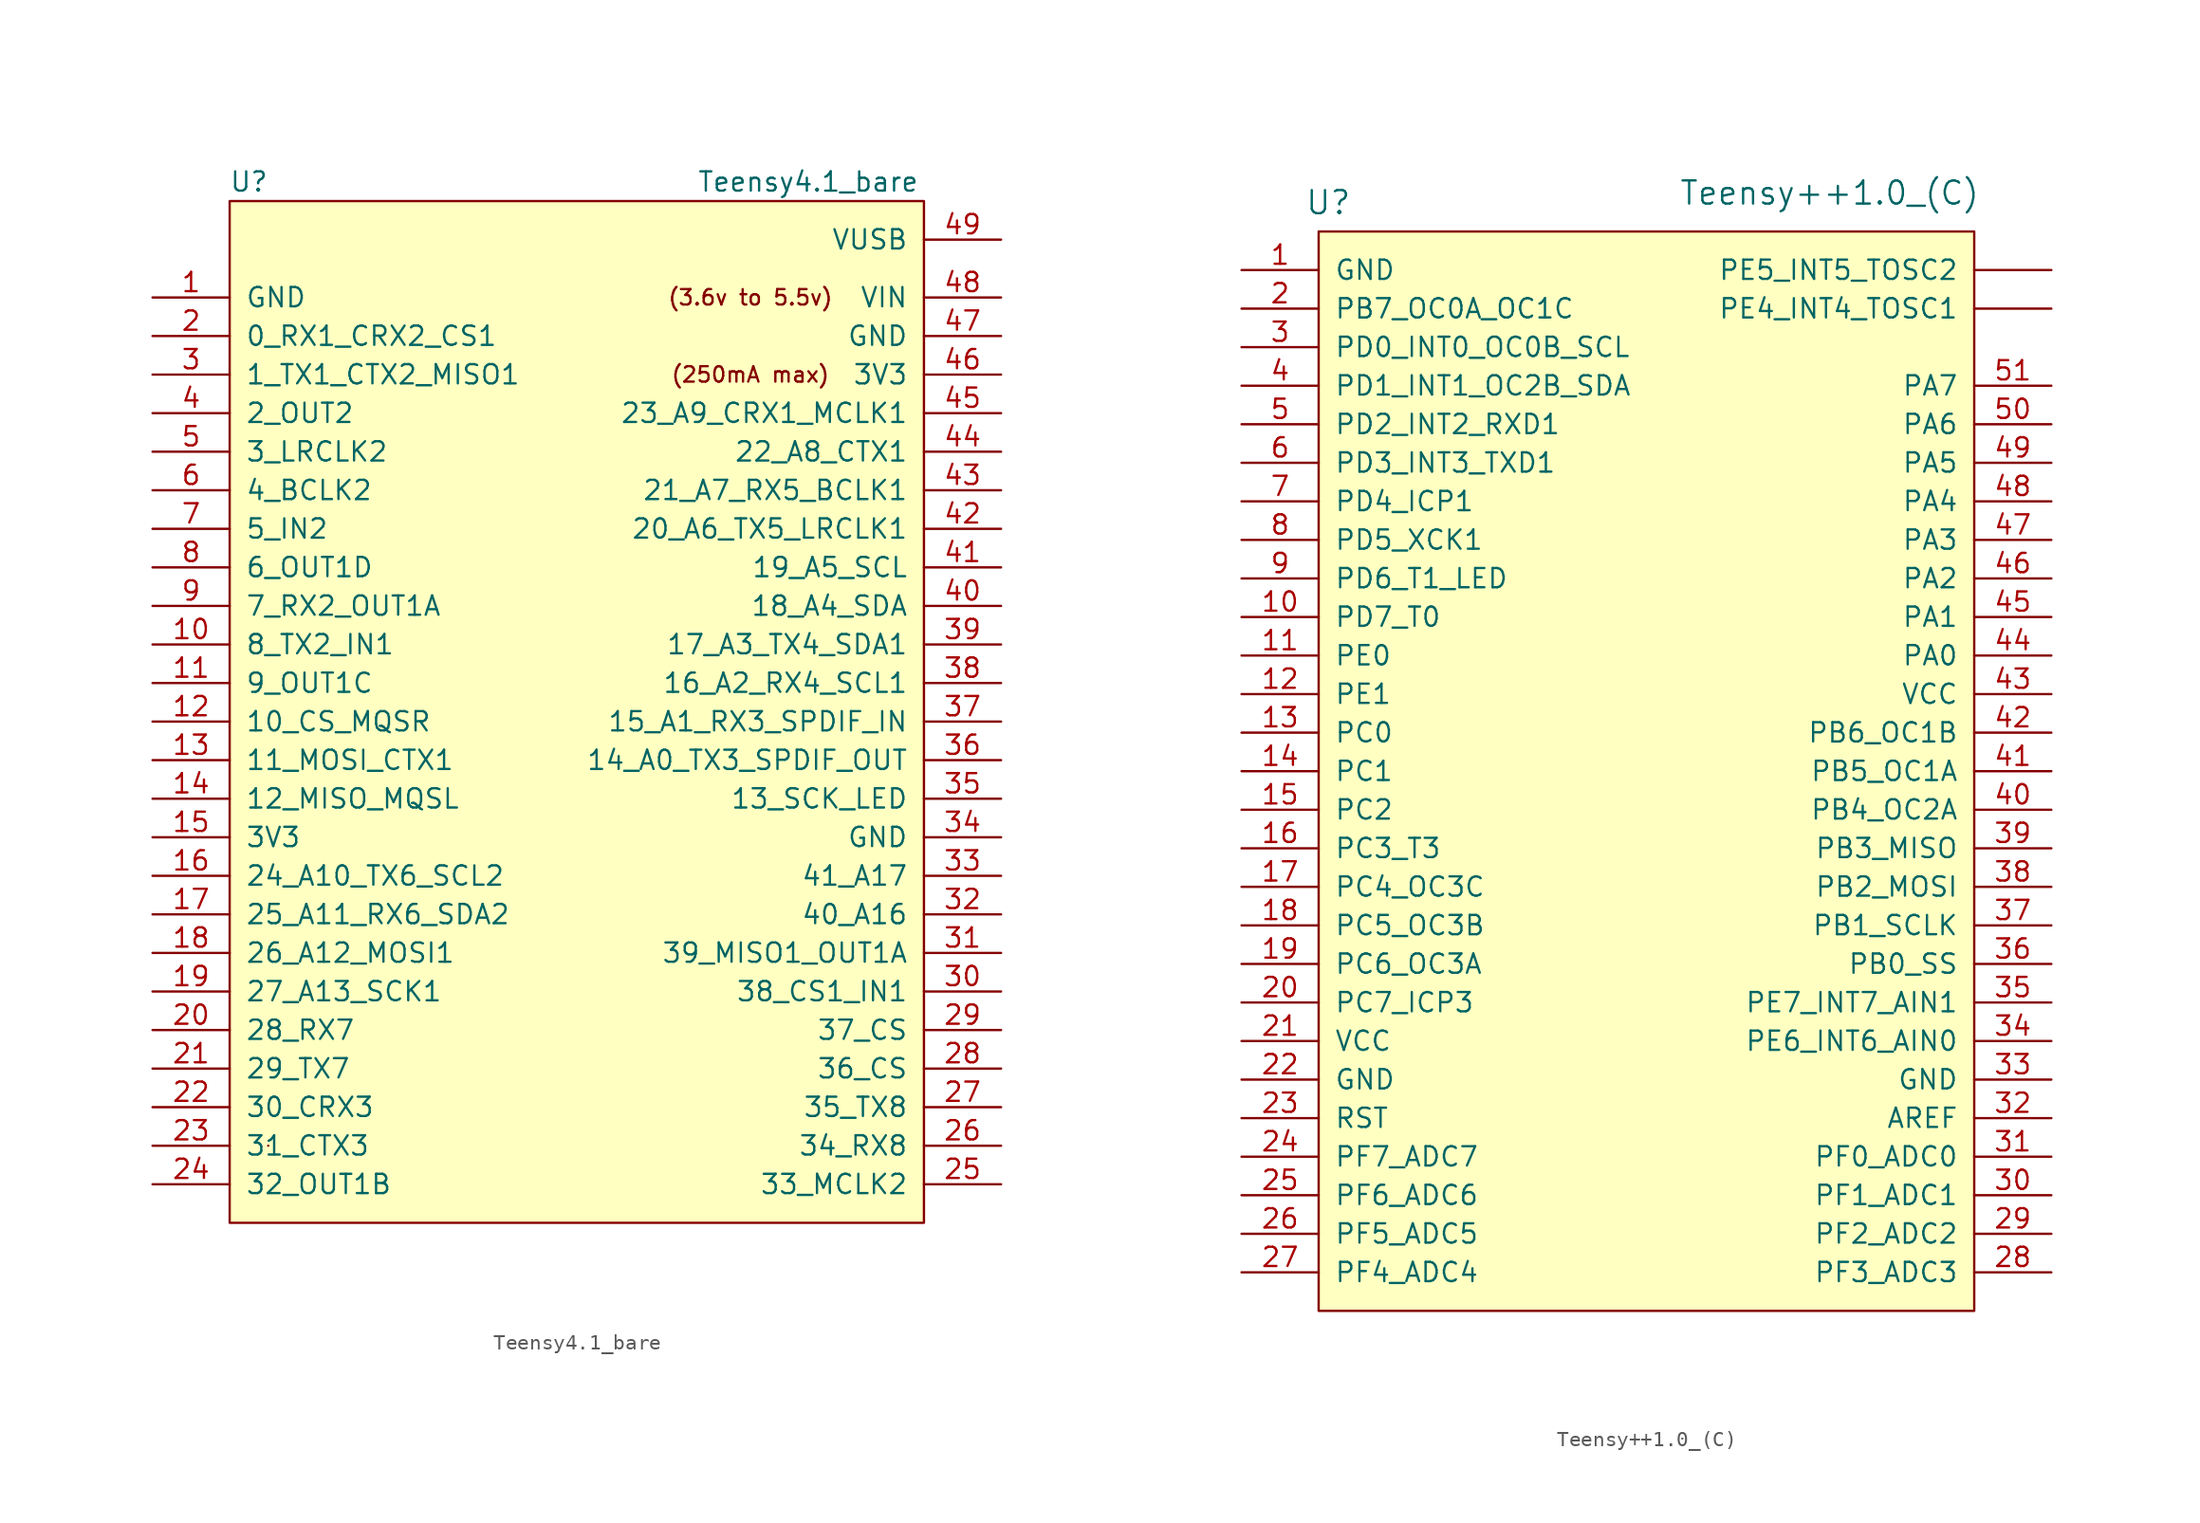
<source format=kicad_sym>
(kicad_symbol_lib
  (version 20211014)
  (generator kicad_symbol_editor)
  (symbol "Teensy4.1_bare"
    (pin_names
      (offset 1.016))
    (property "Reference" "U"
      (at -21.59 62.23 0)
      (effects (font (size 1.27 1.27))))
    (property "Value" "Teensy4.1_bare"
      (at 15.24 62.23 0)
      (effects (font (size 1.27 1.27))))
    (symbol "Teensy4.1_bare_0_0"
      (text "(250mA max)" (at 11.43 49.53 0) (effects (font (size 1.016 1.016))))
      (text "(3.6v to 5.5v)" (at 11.43 54.61 0) (effects (font (size 1.016 1.016))))
      (pin bidirectional line (at -27.94 31.75 0) (length 5.08) (name "8_TX2_IN1" (effects (font (size 1.27 1.27)))) (number "10" (effects (font (size 1.27 1.27)))))
      (pin bidirectional line (at -27.94 29.21 0) (length 5.08) (name "9_OUT1C" (effects (font (size 1.27 1.27)))) (number "11" (effects (font (size 1.27 1.27)))))
      (pin bidirectional line (at -27.94 26.67 0) (length 5.08) (name "10_CS_MQSR" (effects (font (size 1.27 1.27)))) (number "12" (effects (font (size 1.27 1.27)))))
      (pin bidirectional line (at -27.94 24.13 0) (length 5.08) (name "11_MOSI_CTX1" (effects (font (size 1.27 1.27)))) (number "13" (effects (font (size 1.27 1.27)))))
      (pin bidirectional line (at -27.94 21.59 0) (length 5.08) (name "12_MISO_MQSL" (effects (font (size 1.27 1.27)))) (number "14" (effects (font (size 1.27 1.27)))))
      (pin power_in line (at -27.94 19.05 0) (length 5.08) (name "3V3" (effects (font (size 1.27 1.27)))) (number "15" (effects (font (size 1.27 1.27)))))
      (pin bidirectional line (at -27.94 16.51 0) (length 5.08) (name "24_A10_TX6_SCL2" (effects (font (size 1.27 1.27)))) (number "16" (effects (font (size 1.27 1.27)))))
      (pin bidirectional line (at -27.94 13.97 0) (length 5.08) (name "25_A11_RX6_SDA2" (effects (font (size 1.27 1.27)))) (number "17" (effects (font (size 1.27 1.27)))))
      (pin bidirectional line (at -27.94 11.43 0) (length 5.08) (name "26_A12_MOSI1" (effects (font (size 1.27 1.27)))) (number "18" (effects (font (size 1.27 1.27)))))
      (pin bidirectional line (at -27.94 8.89 0) (length 5.08) (name "27_A13_SCK1" (effects (font (size 1.27 1.27)))) (number "19" (effects (font (size 1.27 1.27)))))
      (pin bidirectional line (at -27.94 6.35 0) (length 5.08) (name "28_RX7" (effects (font (size 1.27 1.27)))) (number "20" (effects (font (size 1.27 1.27)))))
      (pin bidirectional line (at -27.94 3.81 0) (length 5.08) (name "29_TX7" (effects (font (size 1.27 1.27)))) (number "21" (effects (font (size 1.27 1.27)))))
      (pin bidirectional line (at -27.94 1.27 0) (length 5.08) (name "30_CRX3" (effects (font (size 1.27 1.27)))) (number "22" (effects (font (size 1.27 1.27)))))
      (pin bidirectional line (at -27.94 -1.27 0) (length 5.08) (name "31_CTX3" (effects (font (size 1.27 1.27)))) (number "23" (effects (font (size 1.27 1.27)))))
      (pin bidirectional line (at -27.94 -3.81 0) (length 5.08) (name "32_OUT1B" (effects (font (size 1.27 1.27)))) (number "24" (effects (font (size 1.27 1.27)))))
      (pin bidirectional line (at 27.94 -3.81 180) (length 5.08) (name "33_MCLK2" (effects (font (size 1.27 1.27)))) (number "25" (effects (font (size 1.27 1.27)))))
      (pin bidirectional line (at 27.94 -1.27 180) (length 5.08) (name "34_RX8" (effects (font (size 1.27 1.27)))) (number "26" (effects (font (size 1.27 1.27)))))
      (pin bidirectional line (at 27.94 1.27 180) (length 5.08) (name "35_TX8" (effects (font (size 1.27 1.27)))) (number "27" (effects (font (size 1.27 1.27)))))
      (pin bidirectional line (at 27.94 3.81 180) (length 5.08) (name "36_CS" (effects (font (size 1.27 1.27)))) (number "28" (effects (font (size 1.27 1.27)))))
      (pin bidirectional line (at 27.94 6.35 180) (length 5.08) (name "37_CS" (effects (font (size 1.27 1.27)))) (number "29" (effects (font (size 1.27 1.27)))))
      (pin bidirectional line (at 27.94 8.89 180) (length 5.08) (name "38_CS1_IN1" (effects (font (size 1.27 1.27)))) (number "30" (effects (font (size 1.27 1.27)))))
      (pin bidirectional line (at 27.94 11.43 180) (length 5.08) (name "39_MISO1_OUT1A" (effects (font (size 1.27 1.27)))) (number "31" (effects (font (size 1.27 1.27)))))
      (pin bidirectional line (at 27.94 13.97 180) (length 5.08) (name "40_A16" (effects (font (size 1.27 1.27)))) (number "32" (effects (font (size 1.27 1.27)))))
      (pin bidirectional line (at 27.94 16.51 180) (length 5.08) (name "41_A17" (effects (font (size 1.27 1.27)))) (number "33" (effects (font (size 1.27 1.27)))))
      (pin bidirectional line (at 27.94 21.59 180) (length 5.08) (name "13_SCK_LED" (effects (font (size 1.27 1.27)))) (number "35" (effects (font (size 1.27 1.27)))))
      (pin bidirectional line (at 27.94 24.13 180) (length 5.08) (name "14_A0_TX3_SPDIF_OUT" (effects (font (size 1.27 1.27)))) (number "36" (effects (font (size 1.27 1.27)))))
      (pin bidirectional line (at 27.94 26.67 180) (length 5.08) (name "15_A1_RX3_SPDIF_IN" (effects (font (size 1.27 1.27)))) (number "37" (effects (font (size 1.27 1.27)))))
      (pin bidirectional line (at 27.94 29.21 180) (length 5.08) (name "16_A2_RX4_SCL1" (effects (font (size 1.27 1.27)))) (number "38" (effects (font (size 1.27 1.27)))))
      (pin bidirectional line (at 27.94 31.75 180) (length 5.08) (name "17_A3_TX4_SDA1" (effects (font (size 1.27 1.27)))) (number "39" (effects (font (size 1.27 1.27)))))
      (pin bidirectional line (at 27.94 34.29 180) (length 5.08) (name "18_A4_SDA" (effects (font (size 1.27 1.27)))) (number "40" (effects (font (size 1.27 1.27)))))
      (pin bidirectional line (at 27.94 36.83 180) (length 5.08) (name "19_A5_SCL" (effects (font (size 1.27 1.27)))) (number "41" (effects (font (size 1.27 1.27)))))
      (pin bidirectional line (at 27.94 39.37 180) (length 5.08) (name "20_A6_TX5_LRCLK1" (effects (font (size 1.27 1.27)))) (number "42" (effects (font (size 1.27 1.27)))))
      (pin bidirectional line (at 27.94 41.91 180) (length 5.08) (name "21_A7_RX5_BCLK1" (effects (font (size 1.27 1.27)))) (number "43" (effects (font (size 1.27 1.27)))))
      (pin bidirectional line (at 27.94 44.45 180) (length 5.08) (name "22_A8_CTX1" (effects (font (size 1.27 1.27)))) (number "44" (effects (font (size 1.27 1.27)))))
      (pin bidirectional line (at 27.94 46.99 180) (length 5.08) (name "23_A9_CRX1_MCLK1" (effects (font (size 1.27 1.27)))) (number "45" (effects (font (size 1.27 1.27)))))
      (pin power_in line (at 27.94 49.53 180) (length 5.08) (name "3V3" (effects (font (size 1.27 1.27)))) (number "46" (effects (font (size 1.27 1.27)))))
      (pin power_in line (at 27.94 52.07 180) (length 5.08) (name "GND" (effects (font (size 1.27 1.27)))) (number "47" (effects (font (size 1.27 1.27)))))
      (pin power_in line (at 27.94 54.61 180) (length 5.08) (name "VIN" (effects (font (size 1.27 1.27)))) (number "48" (effects (font (size 1.27 1.27)))))
      (pin power_out line (at 27.94 58.42 180) (length 5.08) (name "VUSB" (effects (font (size 1.27 1.27)))) (number "49" (effects (font (size 1.27 1.27)))))
      (pin bidirectional line (at -27.94 44.45 0) (length 5.08) (name "3_LRCLK2" (effects (font (size 1.27 1.27)))) (number "5" (effects (font (size 1.27 1.27)))))
      (pin bidirectional line (at -27.94 41.91 0) (length 5.08) (name "4_BCLK2" (effects (font (size 1.27 1.27)))) (number "6" (effects (font (size 1.27 1.27)))))
      (pin bidirectional line (at -27.94 39.37 0) (length 5.08) (name "5_IN2" (effects (font (size 1.27 1.27)))) (number "7" (effects (font (size 1.27 1.27)))))
      (pin bidirectional line (at -27.94 36.83 0) (length 5.08) (name "6_OUT1D" (effects (font (size 1.27 1.27)))) (number "8" (effects (font (size 1.27 1.27)))))
      (pin bidirectional line (at -27.94 34.29 0) (length 5.08) (name "7_RX2_OUT1A" (effects (font (size 1.27 1.27)))) (number "9" (effects (font (size 1.27 1.27))))))
    (symbol "Teensy4.1_bare_0_1"
      (rectangle (start -22.86 60.96) (end 22.86 -6.35) (stroke (width 0) (type default) (color 0 0 0 0)) (fill (type background)))
      (rectangle (start -20.32 -1.27) (end -20.32 -1.27) (stroke (width 0) (type default) (color 0 0 0 0)) (fill (type none))))
    (symbol "Teensy4.1_bare_1_1"
      (pin power_in line (at -27.94 54.61 0) (length 5.08) (name "GND" (effects (font (size 1.27 1.27)))) (number "1" (effects (font (size 1.27 1.27)))))
      (pin bidirectional line (at -27.94 52.07 0) (length 5.08) (name "0_RX1_CRX2_CS1" (effects (font (size 1.27 1.27)))) (number "2" (effects (font (size 1.27 1.27)))))
      (pin bidirectional line (at -27.94 49.53 0) (length 5.08) (name "1_TX1_CTX2_MISO1" (effects (font (size 1.27 1.27)))) (number "3" (effects (font (size 1.27 1.27)))))
      (pin power_in line (at 27.94 19.05 180) (length 5.08) (name "GND" (effects (font (size 1.27 1.27)))) (number "34" (effects (font (size 1.27 1.27)))))
      (pin bidirectional line (at -27.94 46.99 0) (length 5.08) (name "2_OUT2" (effects (font (size 1.27 1.27)))) (number "4" (effects (font (size 1.27 1.27)))))))
  (symbol "Teensy++1.0_(C)"
    (pin_names
      (offset 1.016))
    (property "Reference" "U"
      (at -20.955 37.465 0)
      (effects (font (size 1.524 1.524))))
    (property "Value" "Teensy++1.0_(C)"
      (at 12.065 38.1 0)
      (effects (font (size 1.524 1.524))))
    (symbol "Teensy++1.0_(C)_0_1"
      (rectangle (start -21.59 35.56) (end 21.59 -35.56) (stroke (width 0) (type default) (color 0 0 0 0)) (fill (type background))))
    (symbol "Teensy++1.0_(C)_1_1"
      (pin power_in line (at -26.67 33.02 0) (length 5.08) (name "GND" (effects (font (size 1.27 1.27)))) (number "1" (effects (font (size 1.27 1.27)))))
      (pin bidirectional line (at -26.67 10.16 0) (length 5.08) (name "PD7_T0" (effects (font (size 1.27 1.27)))) (number "10" (effects (font (size 1.27 1.27)))))
      (pin bidirectional line (at -26.67 7.62 0) (length 5.08) (name "PE0" (effects (font (size 1.27 1.27)))) (number "11" (effects (font (size 1.27 1.27)))))
      (pin bidirectional line (at -26.67 5.08 0) (length 5.08) (name "PE1" (effects (font (size 1.27 1.27)))) (number "12" (effects (font (size 1.27 1.27)))))
      (pin bidirectional line (at -26.67 2.54 0) (length 5.08) (name "PC0" (effects (font (size 1.27 1.27)))) (number "13" (effects (font (size 1.27 1.27)))))
      (pin bidirectional line (at -26.67 0 0) (length 5.08) (name "PC1" (effects (font (size 1.27 1.27)))) (number "14" (effects (font (size 1.27 1.27)))))
      (pin bidirectional line (at -26.67 -2.54 0) (length 5.08) (name "PC2" (effects (font (size 1.27 1.27)))) (number "15" (effects (font (size 1.27 1.27)))))
      (pin bidirectional line (at -26.67 -5.08 0) (length 5.08) (name "PC3_T3" (effects (font (size 1.27 1.27)))) (number "16" (effects (font (size 1.27 1.27)))))
      (pin bidirectional line (at -26.67 -7.62 0) (length 5.08) (name "PC4_OC3C" (effects (font (size 1.27 1.27)))) (number "17" (effects (font (size 1.27 1.27)))))
      (pin bidirectional line (at -26.67 -10.16 0) (length 5.08) (name "PC5_OC3B" (effects (font (size 1.27 1.27)))) (number "18" (effects (font (size 1.27 1.27)))))
      (pin bidirectional line (at -26.67 -12.7 0) (length 5.08) (name "PC6_OC3A" (effects (font (size 1.27 1.27)))) (number "19" (effects (font (size 1.27 1.27)))))
      (pin bidirectional line (at -26.67 30.48 0) (length 5.08) (name "PB7_OC0A_OC1C" (effects (font (size 1.27 1.27)))) (number "2" (effects (font (size 1.27 1.27)))))
      (pin bidirectional line (at -26.67 -15.24 0) (length 5.08) (name "PC7_ICP3" (effects (font (size 1.27 1.27)))) (number "20" (effects (font (size 1.27 1.27)))))
      (pin power_in line (at -26.67 -17.78 0) (length 5.08) (name "VCC" (effects (font (size 1.27 1.27)))) (number "21" (effects (font (size 1.27 1.27)))))
      (pin power_in line (at -26.67 -20.32 0) (length 5.08) (name "GND" (effects (font (size 1.27 1.27)))) (number "22" (effects (font (size 1.27 1.27)))))
      (pin input line (at -26.67 -22.86 0) (length 5.08) (name "RST" (effects (font (size 1.27 1.27)))) (number "23" (effects (font (size 1.27 1.27)))))
      (pin bidirectional line (at -26.67 -25.4 0) (length 5.08) (name "PF7_ADC7" (effects (font (size 1.27 1.27)))) (number "24" (effects (font (size 1.27 1.27)))))
      (pin bidirectional line (at -26.67 -27.94 0) (length 5.08) (name "PF6_ADC6" (effects (font (size 1.27 1.27)))) (number "25" (effects (font (size 1.27 1.27)))))
      (pin bidirectional line (at -26.67 -30.48 0) (length 5.08) (name "PF5_ADC5" (effects (font (size 1.27 1.27)))) (number "26" (effects (font (size 1.27 1.27)))))
      (pin bidirectional line (at -26.67 -33.02 0) (length 5.08) (name "PF4_ADC4" (effects (font (size 1.27 1.27)))) (number "27" (effects (font (size 1.27 1.27)))))
      (pin bidirectional line (at 26.67 -33.02 180) (length 5.08) (name "PF3_ADC3" (effects (font (size 1.27 1.27)))) (number "28" (effects (font (size 1.27 1.27)))))
      (pin bidirectional line (at 26.67 -30.48 180) (length 5.08) (name "PF2_ADC2" (effects (font (size 1.27 1.27)))) (number "29" (effects (font (size 1.27 1.27)))))
      (pin bidirectional line (at -26.67 27.94 0) (length 5.08) (name "PD0_INT0_OC0B_SCL" (effects (font (size 1.27 1.27)))) (number "3" (effects (font (size 1.27 1.27)))))
      (pin bidirectional line (at 26.67 -27.94 180) (length 5.08) (name "PF1_ADC1" (effects (font (size 1.27 1.27)))) (number "30" (effects (font (size 1.27 1.27)))))
      (pin bidirectional line (at 26.67 -25.4 180) (length 5.08) (name "PF0_ADC0" (effects (font (size 1.27 1.27)))) (number "31" (effects (font (size 1.27 1.27)))))
      (pin input line (at 26.67 -22.86 180) (length 5.08) (name "AREF" (effects (font (size 1.27 1.27)))) (number "32" (effects (font (size 1.27 1.27)))))
      (pin power_in line (at 26.67 -20.32 180) (length 5.08) (name "GND" (effects (font (size 1.27 1.27)))) (number "33" (effects (font (size 1.27 1.27)))))
      (pin bidirectional line (at 26.67 -17.78 180) (length 5.08) (name "PE6_INT6_AIN0" (effects (font (size 1.27 1.27)))) (number "34" (effects (font (size 1.27 1.27)))))
      (pin bidirectional line (at 26.67 -15.24 180) (length 5.08) (name "PE7_INT7_AIN1" (effects (font (size 1.27 1.27)))) (number "35" (effects (font (size 1.27 1.27)))))
      (pin bidirectional line (at 26.67 -12.7 180) (length 5.08) (name "PB0_SS" (effects (font (size 1.27 1.27)))) (number "36" (effects (font (size 1.27 1.27)))))
      (pin bidirectional line (at 26.67 -10.16 180) (length 5.08) (name "PB1_SCLK" (effects (font (size 1.27 1.27)))) (number "37" (effects (font (size 1.27 1.27)))))
      (pin bidirectional line (at 26.67 -7.62 180) (length 5.08) (name "PB2_MOSI" (effects (font (size 1.27 1.27)))) (number "38" (effects (font (size 1.27 1.27)))))
      (pin bidirectional line (at 26.67 -5.08 180) (length 5.08) (name "PB3_MISO" (effects (font (size 1.27 1.27)))) (number "39" (effects (font (size 1.27 1.27)))))
      (pin bidirectional line (at -26.67 25.4 0) (length 5.08) (name "PD1_INT1_OC2B_SDA" (effects (font (size 1.27 1.27)))) (number "4" (effects (font (size 1.27 1.27)))))
      (pin bidirectional line (at 26.67 -2.54 180) (length 5.08) (name "PB4_OC2A" (effects (font (size 1.27 1.27)))) (number "40" (effects (font (size 1.27 1.27)))))
      (pin bidirectional line (at 26.67 0 180) (length 5.08) (name "PB5_OC1A" (effects (font (size 1.27 1.27)))) (number "41" (effects (font (size 1.27 1.27)))))
      (pin bidirectional line (at 26.67 2.54 180) (length 5.08) (name "PB6_OC1B" (effects (font (size 1.27 1.27)))) (number "42" (effects (font (size 1.27 1.27)))))
      (pin power_in line (at 26.67 5.08 180) (length 5.08) (name "VCC" (effects (font (size 1.27 1.27)))) (number "43" (effects (font (size 1.27 1.27)))))
      (pin bidirectional line (at 26.67 7.62 180) (length 5.08) (name "PA0" (effects (font (size 1.27 1.27)))) (number "44" (effects (font (size 1.27 1.27)))))
      (pin bidirectional line (at 26.67 10.16 180) (length 5.08) (name "PA1" (effects (font (size 1.27 1.27)))) (number "45" (effects (font (size 1.27 1.27)))))
      (pin bidirectional line (at 26.67 12.7 180) (length 5.08) (name "PA2" (effects (font (size 1.27 1.27)))) (number "46" (effects (font (size 1.27 1.27)))))
      (pin bidirectional line (at 26.67 15.24 180) (length 5.08) (name "PA3" (effects (font (size 1.27 1.27)))) (number "47" (effects (font (size 1.27 1.27)))))
      (pin bidirectional line (at 26.67 17.78 180) (length 5.08) (name "PA4" (effects (font (size 1.27 1.27)))) (number "48" (effects (font (size 1.27 1.27)))))
      (pin bidirectional line (at 26.67 20.32 180) (length 5.08) (name "PA5" (effects (font (size 1.27 1.27)))) (number "49" (effects (font (size 1.27 1.27)))))
      (pin bidirectional line (at -26.67 22.86 0) (length 5.08) (name "PD2_INT2_RXD1" (effects (font (size 1.27 1.27)))) (number "5" (effects (font (size 1.27 1.27)))))
      (pin bidirectional line (at 26.67 22.86 180) (length 5.08) (name "PA6" (effects (font (size 1.27 1.27)))) (number "50" (effects (font (size 1.27 1.27)))))
      (pin bidirectional line (at 26.67 25.4 180) (length 5.08) (name "PA7" (effects (font (size 1.27 1.27)))) (number "51" (effects (font (size 1.27 1.27)))))
      (pin bidirectional line (at -26.67 20.32 0) (length 5.08) (name "PD3_INT3_TXD1" (effects (font (size 1.27 1.27)))) (number "6" (effects (font (size 1.27 1.27)))))
      (pin bidirectional line (at -26.67 17.78 0) (length 5.08) (name "PD4_ICP1" (effects (font (size 1.27 1.27)))) (number "7" (effects (font (size 1.27 1.27)))))
      (pin bidirectional line (at -26.67 15.24 0) (length 5.08) (name "PD5_XCK1" (effects (font (size 1.27 1.27)))) (number "8" (effects (font (size 1.27 1.27)))))
      (pin bidirectional line (at -26.67 12.7 0) (length 5.08) (name "PD6_T1_LED" (effects (font (size 1.27 1.27)))) (number "9" (effects (font (size 1.27 1.27)))))
      (pin bidirectional line (at 26.67 30.48 180) (length 5.08) (name "PE4_INT4_TOSC1" (effects (font (size 1.27 1.27)))) (number "~" (effects (font (size 1.27 1.27)))))
      (pin bidirectional line (at 26.67 33.02 180) (length 5.08) (name "PE5_INT5_TOSC2" (effects (font (size 1.27 1.27)))) (number "~" (effects (font (size 1.27 1.27))))))))
</source>
